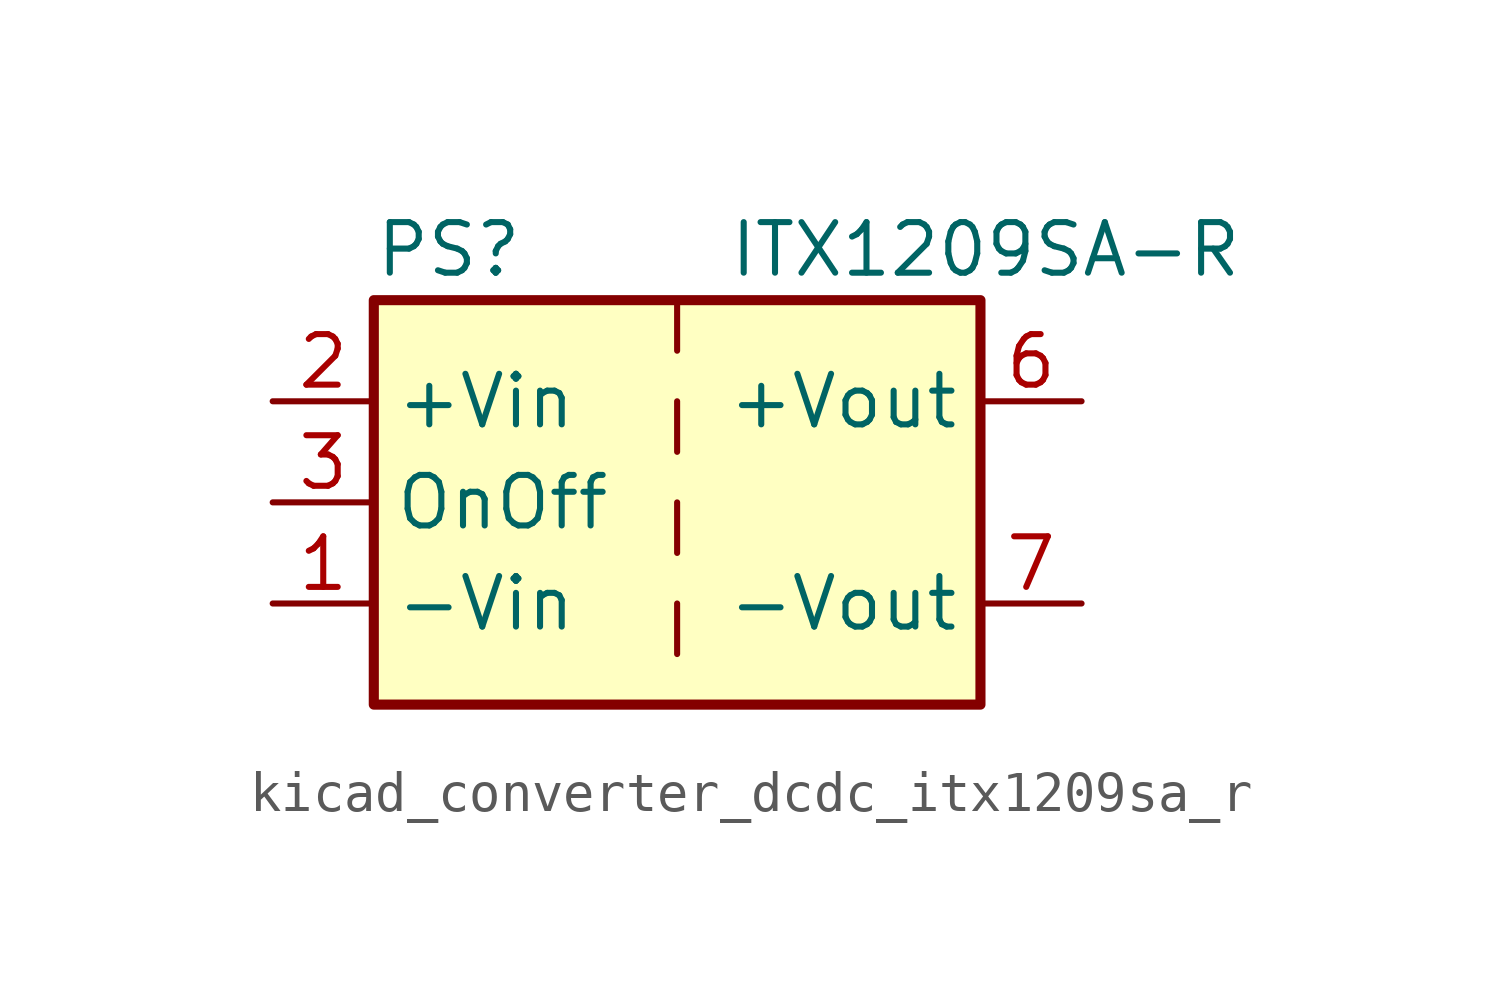
<source format=kicad_sym>
(kicad_symbol_lib
  (version 20220914)
  (generator kicad_symbol_editor)
  (symbol "kicad_converter_dcdc_itx1209sa_r"
    (property "Reference" "PS"
      (at -7.62 6.35 0)
      (effects (font (size 1.27 1.27)) (justify left)))
    (property "Value" "ITX1209SA-R"
      (at 1.27 6.35 0)
      (effects (font (size 1.27 1.27)) (justify left)))
    (symbol "kicad_converter_dcdc_itx1209sa_r_0_0"
      (pin power_in line (at -10.16 -2.54 0) (length 2.54) (name "-Vin" (effects (font (size 1.27 1.27)))) (number "1" (effects (font (size 1.27 1.27)))))
      (pin power_in line (at -10.16 2.54 0) (length 2.54) (name "+Vin" (effects (font (size 1.27 1.27)))) (number "2" (effects (font (size 1.27 1.27)))))
      (pin input line (at -10.16 0 0) (length 2.54) (name "OnOff" (effects (font (size 1.27 1.27)))) (number "3" (effects (font (size 1.27 1.27)))))
      (pin no_connect line (at 0 5.08 270) (length 2.54) hide (name "NC" (effects (font (size 1.27 1.27)))) (number "5" (effects (font (size 1.27 1.27)))))
      (pin power_out line (at 10.16 2.54 180) (length 2.54) (name "+Vout" (effects (font (size 1.27 1.27)))) (number "6" (effects (font (size 1.27 1.27)))))
      (pin power_out line (at 10.16 -2.54 180) (length 2.54) (name "-Vout" (effects (font (size 1.27 1.27)))) (number "7" (effects (font (size 1.27 1.27)))))
      (pin no_connect line (at 7.62 0 180) (length 2.54) hide (name "NC" (effects (font (size 1.27 1.27)))) (number "8" (effects (font (size 1.27 1.27))))))
    (symbol "kicad_converter_dcdc_itx1209sa_r_0_1"
      (rectangle (start -7.62 5.08) (end 7.62 -5.08) (stroke (width 0.254) (type default)) (fill (type background)))
      (polyline (pts (xy 0 -2.54) (xy 0 -3.81)) (stroke (width 0) (type default)) (fill (type none)))
      (polyline (pts (xy 0 0) (xy 0 -1.27)) (stroke (width 0) (type default)) (fill (type none)))
      (polyline (pts (xy 0 2.54) (xy 0 1.27)) (stroke (width 0) (type default)) (fill (type none)))
      (polyline (pts (xy 0 5.08) (xy 0 3.81)) (stroke (width 0) (type default)) (fill (type none))))))
</source>
